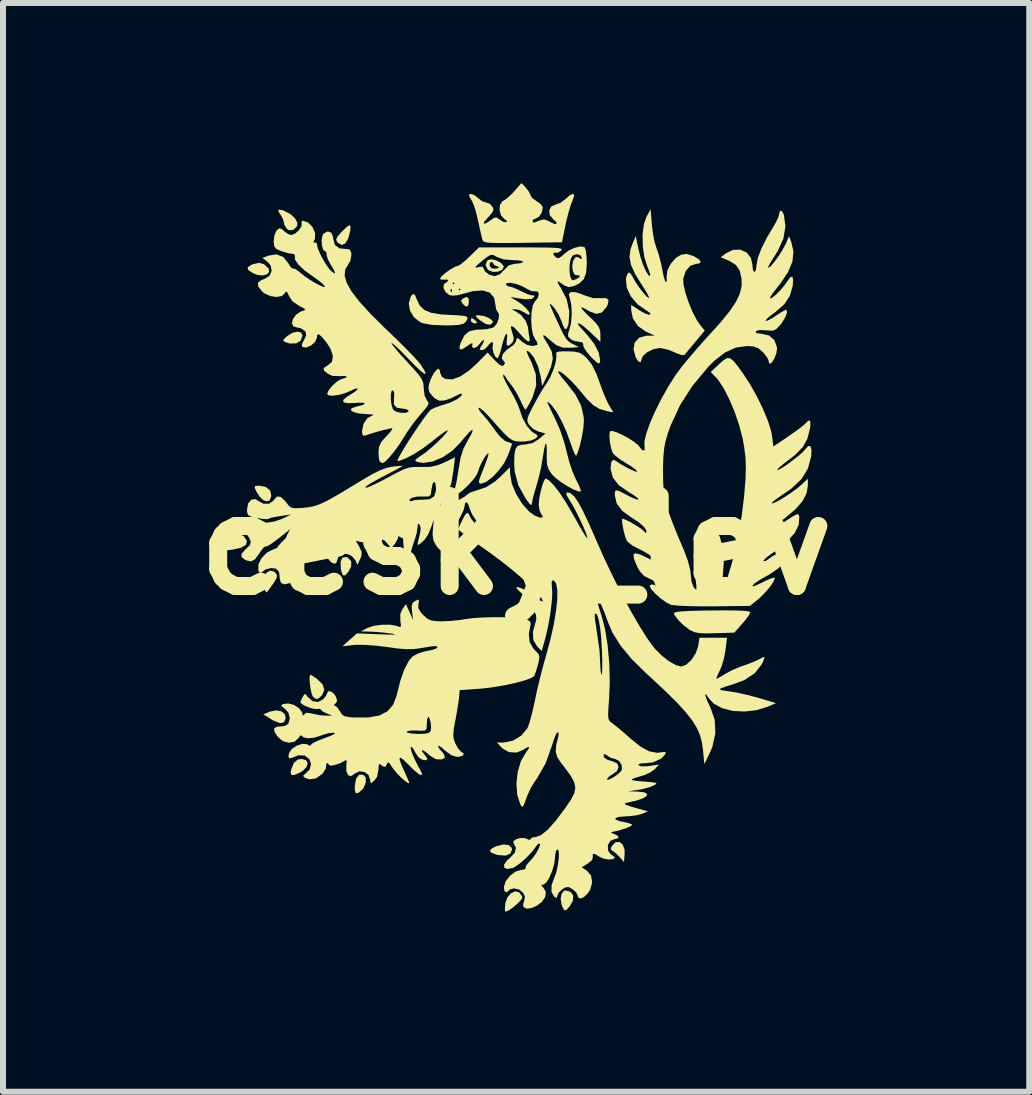
<source format=kicad_pcb>
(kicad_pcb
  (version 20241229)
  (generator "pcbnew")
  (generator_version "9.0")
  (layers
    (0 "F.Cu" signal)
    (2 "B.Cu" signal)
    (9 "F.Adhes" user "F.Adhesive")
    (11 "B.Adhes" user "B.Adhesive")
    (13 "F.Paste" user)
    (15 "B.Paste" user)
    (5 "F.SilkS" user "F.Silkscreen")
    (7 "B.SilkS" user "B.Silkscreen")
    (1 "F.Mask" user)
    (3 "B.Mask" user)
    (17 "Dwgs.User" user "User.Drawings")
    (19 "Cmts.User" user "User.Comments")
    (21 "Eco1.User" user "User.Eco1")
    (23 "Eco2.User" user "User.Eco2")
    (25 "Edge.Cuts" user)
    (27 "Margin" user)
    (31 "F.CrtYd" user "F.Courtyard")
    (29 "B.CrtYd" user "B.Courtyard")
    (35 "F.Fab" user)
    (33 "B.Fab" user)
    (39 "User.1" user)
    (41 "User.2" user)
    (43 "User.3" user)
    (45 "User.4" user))
  (footprint "cesky_lev"
    (layer "F.Cu")
    (at 5.55 6.036)
    (property "Reference" "cesky_lev" (at 0 0 0) (layer "F.SilkS") (effects (font (size 1.5 1.5) (thickness 0.3))))
    (attr board_only exclude_from_pos_files exclude_from_bom)
    (fp_poly (pts (xy -0.792 -4.112) (xy -0.787 -4.056) (xy -0.801 -3.986) (xy -0.84 -3.978) (xy -0.892 -4.025) (xy -0.919 -4.073) (xy -0.891 -4.108) (xy -0.888 -4.11) (xy -0.822 -4.139)) (stroke (width 0) (type solid)) (fill yes) (layer "F.SilkS"))
    (fp_poly (pts (xy -0.707 -3.77) (xy -0.702 -3.765) (xy -0.659 -3.724) (xy -0.65 -3.71) (xy -0.678 -3.698) (xy -0.702 -3.697) (xy -0.746 -3.725) (xy -0.753 -3.753) (xy -0.744 -3.789)) (stroke (width 0) (type solid)) (fill yes) (layer "F.SilkS"))
    (fp_poly (pts (xy -3.907 2.768) (xy -3.85 2.821) (xy -3.84 2.884) (xy -3.87 2.951) (xy -3.935 2.963) (xy -4.039 2.923) (xy -4.084 2.897) (xy -4.213 2.816) (xy -4.108 2.773) (xy -3.999 2.75)) (stroke (width 0) (type solid)) (fill yes) (layer "F.SilkS"))
    (fp_poly (pts (xy -4.539 -0.153) (xy -4.486 -0.074) (xy -4.499 -0.01) (xy -4.579 0.039) (xy -4.723 0.072) (xy -4.765 0.077) (xy -4.927 0.094) (xy -4.879 0.002) (xy -4.8 -0.108) (xy -4.707 -0.175) (xy -4.615 -0.19)) (stroke (width 0) (type solid)) (fill yes) (layer "F.SilkS"))
    (fp_poly (pts (xy -3.583 -3.546) (xy -3.56 -3.498) (xy -3.588 -3.412) (xy -3.662 -3.365) (xy -3.77 -3.362) (xy -3.844 -3.384) (xy -3.88 -3.405) (xy -3.871 -3.434) (xy -3.818 -3.484) (xy -3.731 -3.539) (xy -3.647 -3.56)) (stroke (width 0) (type solid)) (fill yes) (layer "F.SilkS"))
    (fp_poly (pts (xy -2.803 0.207) (xy -2.747 0.269) (xy -2.75 0.358) (xy -2.792 0.437) (xy -2.847 0.5) (xy -2.885 0.5) (xy -2.912 0.435) (xy -2.921 0.387) (xy -2.925 0.273) (xy -2.895 0.206) (xy -2.835 0.195)) (stroke (width 0) (type solid)) (fill yes) (layer "F.SilkS"))
    (fp_poly (pts (xy -2.545 3.824) (xy -2.506 3.87) (xy -2.504 3.948) (xy -2.535 4.032) (xy -2.567 4.074) (xy -2.636 4.13) (xy -2.675 4.129) (xy -2.689 4.065) (xy -2.687 4.001) (xy -2.665 3.884) (xy -2.615 3.823)) (stroke (width 0) (type solid)) (fill yes) (layer "F.SilkS"))
    (fp_poly (pts (xy -0.539 -3.821) (xy -0.456 -3.789) (xy -0.399 -3.749) (xy -0.387 -3.717) (xy -0.429 -3.675) (xy -0.504 -3.686) (xy -0.599 -3.747) (xy -0.662 -3.801) (xy -0.674 -3.826) (xy -0.641 -3.832) (xy -0.626 -3.833)) (stroke (width 0) (type solid)) (fill yes) (layer "F.SilkS"))
    (fp_poly (pts (xy -3.5 3.58) (xy -3.472 3.631) (xy -3.494 3.697) (xy -3.562 3.763) (xy -3.596 3.783) (xy -3.695 3.827) (xy -3.746 3.827) (xy -3.757 3.781) (xy -3.749 3.74) (xy -3.704 3.626) (xy -3.637 3.57) (xy -3.577 3.56)) (stroke (width 0) (type solid)) (fill yes) (layer "F.SilkS"))
    (fp_poly (pts (xy -0.127 4.994) (xy -0.075 5.037) (xy -0.068 5.069) (xy -0.097 5.138) (xy -0.175 5.171) (xy -0.293 5.162) (xy -0.317 5.157) (xy -0.412 5.123) (xy -0.438 5.088) (xy -0.397 5.047) (xy -0.331 5.015) (xy -0.217 4.985)) (stroke (width 0) (type solid)) (fill yes) (layer "F.SilkS"))
    (fp_poly (pts (xy 0.909 5.775) (xy 0.952 5.839) (xy 0.944 5.928) (xy 0.892 6.016) (xy 0.835 6.077) (xy 0.801 6.081) (xy 0.771 6.025) (xy 0.757 5.987) (xy 0.742 5.891) (xy 0.757 5.807) (xy 0.798 5.756) (xy 0.82 5.751)) (stroke (width 0) (type solid)) (fill yes) (layer "F.SilkS"))
    (fp_poly (pts (xy 1.776 4.987) (xy 1.807 5.074) (xy 1.808 5.148) (xy 1.797 5.278) (xy 1.724 5.193) (xy 1.659 5.129) (xy 1.605 5.092) (xy 1.604 5.092) (xy 1.575 5.063) (xy 1.594 5.013) (xy 1.657 4.948) (xy 1.721 4.943)) (stroke (width 0) (type solid)) (fill yes) (layer "F.SilkS"))
    (fp_poly (pts (xy -4.21 -4.686) (xy -4.186 -4.671) (xy -4.122 -4.609) (xy -4.116 -4.554) (xy -4.154 -4.514) (xy -4.226 -4.496) (xy -4.319 -4.507) (xy -4.39 -4.537) (xy -4.466 -4.59) (xy -4.474 -4.632) (xy -4.416 -4.671) (xy -4.376 -4.687) (xy -4.284 -4.707)) (stroke (width 0) (type solid)) (fill yes) (layer "F.SilkS"))
    (fp_poly (pts (xy -2.758 -5.313) (xy -2.763 -5.246) (xy -2.798 -5.11) (xy -2.848 -5.028) (xy -2.908 -5.004) (xy -2.973 -5.044) (xy -2.979 -5.051) (xy -2.999 -5.091) (xy -2.981 -5.138) (xy -2.92 -5.209) (xy -2.908 -5.222) (xy -2.824 -5.304) (xy -2.776 -5.334)) (stroke (width 0) (type solid)) (fill yes) (layer "F.SilkS"))
    (fp_poly (pts (xy -4.169 -0.971) (xy -4.097 -0.911) (xy -4.079 -0.825) (xy -4.079 -0.822) (xy -4.108 -0.746) (xy -4.165 -0.733) (xy -4.217 -0.755) (xy -4.272 -0.808) (xy -4.325 -0.89) (xy -4.325 -0.89) (xy -4.357 -0.96) (xy -4.349 -0.988) (xy -4.294 -0.993) (xy -4.283 -0.993)) (stroke (width 0) (type solid)) (fill yes) (layer "F.SilkS"))
    (fp_poly (pts (xy -4.035 0.438) (xy -4.012 0.457) (xy -3.985 0.495) (xy -3.988 0.538) (xy -4.026 0.606) (xy -4.055 0.649) (xy -4.112 0.729) (xy -4.151 0.779) (xy -4.16 0.787) (xy -4.178 0.761) (xy -4.19 0.733) (xy -4.211 0.625) (xy -4.198 0.529) (xy -4.159 0.456) (xy -4.102 0.422)) (stroke (width 0) (type solid)) (fill yes) (layer "F.SilkS"))
    (fp_poly (pts (xy -3.892 -5.583) (xy -3.872 -5.576) (xy -3.766 -5.522) (xy -3.685 -5.449) (xy -3.644 -5.373) (xy -3.651 -5.313) (xy -3.717 -5.253) (xy -3.791 -5.253) (xy -3.826 -5.278) (xy -3.864 -5.345) (xy -3.868 -5.375) (xy -3.888 -5.444) (xy -3.918 -5.496) (xy -3.963 -5.566) (xy -3.955 -5.594)) (stroke (width 0) (type solid)) (fill yes) (layer "F.SilkS"))
    (fp_poly (pts (xy 0.052 5.785) (xy 0.095 5.841) (xy 0.103 5.869) (xy 0.08 5.911) (xy 0.023 5.97) (xy -0.049 6.032) (xy -0.12 6.082) (xy -0.17 6.105) (xy -0.182 6.102) (xy -0.188 6.053) (xy -0.181 5.97) (xy -0.18 5.963) (xy -0.145 5.865) (xy -0.082 5.795) (xy -0.01 5.765)) (stroke (width 0) (type solid)) (fill yes) (layer "F.SilkS"))
    (fp_poly (pts (xy -3.396 2.174) (xy -3.33 2.218) (xy -3.319 2.226) (xy -3.225 2.317) (xy -3.196 2.409) (xy -3.233 2.496) (xy -3.237 2.501) (xy -3.299 2.557) (xy -3.346 2.557) (xy -3.389 2.517) (xy -3.409 2.466) (xy -3.427 2.382) (xy -3.439 2.287) (xy -3.442 2.205) (xy -3.435 2.16) (xy -3.43 2.157)) (stroke (width 0) (type solid)) (fill yes) (layer "F.SilkS"))
    (fp_poly (pts (xy 3.692 1.087) (xy 3.816 1.093) (xy 3.884 1.104) (xy 3.902 1.117) (xy 3.881 1.161) (xy 3.826 1.237) (xy 3.769 1.305) (xy 3.636 1.455) (xy 3.316 1.465) (xy 3.155 1.468) (xy 3.044 1.462) (xy 2.967 1.446) (xy 2.905 1.417) (xy 2.893 1.41) (xy 2.789 1.332) (xy 2.699 1.243) (xy 2.64 1.163) (xy 2.63 1.137) (xy 2.64 1.121) (xy 2.686 1.109) (xy 2.774 1.1) (xy 2.912 1.093) (xy 3.106 1.088) (xy 3.261 1.086) (xy 3.508 1.084)) (stroke (width 0) (type solid)) (fill yes) (layer "F.SilkS"))
    (fp_poly (pts (xy -1.682 -4.164) (xy -1.659 -4.105) (xy -1.608 -3.998) (xy -1.532 -3.923) (xy -1.42 -3.875) (xy -1.259 -3.848) (xy -1.112 -3.839) (xy -0.962 -3.832) (xy -0.87 -3.823) (xy -0.822 -3.81) (xy -0.809 -3.789) (xy -0.813 -3.771) (xy -0.839 -3.722) (xy -0.882 -3.69) (xy -0.955 -3.673) (xy -1.073 -3.665) (xy -1.198 -3.664) (xy -1.406 -3.673) (xy -1.553 -3.7) (xy -1.596 -3.717) (xy -1.702 -3.799) (xy -1.769 -3.91) (xy -1.789 -4.03) (xy -1.757 -4.141) (xy -1.739 -4.168) (xy -1.708 -4.191)) (stroke (width 0) (type solid)) (fill yes) (layer "F.SilkS"))
    (fp_poly (pts (xy -0.326 -4.745) (xy -0.25 -4.703) (xy -0.208 -4.652) (xy -0.205 -4.64) (xy -0.234 -4.589) (xy -0.304 -4.559) (xy -0.388 -4.556) (xy -0.461 -4.584) (xy -0.472 -4.594) (xy -0.511 -4.668) (xy -0.498 -4.7) (xy -0.441 -4.7) (xy -0.439 -4.652) (xy -0.407 -4.614) (xy -0.402 -4.612) (xy -0.334 -4.61) (xy -0.308 -4.617) (xy -0.278 -4.635) (xy -0.313 -4.648) (xy -0.317 -4.648) (xy -0.368 -4.674) (xy -0.377 -4.692) (xy -0.403 -4.723) (xy -0.411 -4.724) (xy -0.441 -4.7) (xy -0.498 -4.7) (xy -0.483 -4.739) (xy -0.467 -4.754) (xy -0.407 -4.766)) (stroke (width 0) (type solid)) (fill yes) (layer "F.SilkS"))
    (fp_poly (pts (xy 0.996 -4.216) (xy 1.092 -4.185) (xy 1.12 -4.171) (xy 1.278 -4.119) (xy 1.395 -4.118) (xy 1.497 -4.119) (xy 1.54 -4.088) (xy 1.53 -4.02) (xy 1.505 -3.969) (xy 1.43 -3.88) (xy 1.336 -3.856) (xy 1.223 -3.898) (xy 1.218 -3.9) (xy 1.124 -3.954) (xy 1.083 -3.966) (xy 1.096 -3.937) (xy 1.162 -3.866) (xy 1.225 -3.806) (xy 1.322 -3.712) (xy 1.376 -3.64) (xy 1.4 -3.574) (xy 1.404 -3.516) (xy 1.404 -3.39) (xy 1.243 -3.544) (xy 1.134 -3.641) (xy 1.062 -3.693) (xy 1.029 -3.695) (xy 1.027 -3.687) (xy 1.048 -3.658) (xy 1.105 -3.594) (xy 1.179 -3.512) (xy 1.299 -3.361) (xy 1.375 -3.215) (xy 1.4 -3.087) (xy 1.397 -3.055) (xy 1.383 -3.029) (xy 1.348 -3.043) (xy 1.283 -3.103) (xy 1.243 -3.143) (xy 1.168 -3.233) (xy 1.124 -3.306) (xy 1.119 -3.341) (xy 1.11 -3.379) (xy 1.054 -3.389) (xy 0.961 -3.408) (xy 0.908 -3.436) (xy 0.866 -3.478) (xy 0.867 -3.532) (xy 0.884 -3.581) (xy 0.915 -3.702) (xy 0.927 -3.854) (xy 0.92 -4.003) (xy 0.896 -4.113) (xy 0.877 -4.18) (xy 0.899 -4.212) (xy 0.926 -4.221)) (stroke (width 0) (type solid)) (fill yes) (layer "F.SilkS"))
    (fp_poly (pts (xy 0.165 -5.955) (xy 0.217 -5.886) (xy 0.24 -5.832) (xy 0.24 -5.831) (xy 0.267 -5.787) (xy 0.335 -5.738) (xy 0.342 -5.734) (xy 0.412 -5.683) (xy 0.445 -5.632) (xy 0.445 -5.628) (xy 0.426 -5.543) (xy 0.379 -5.472) (xy 0.324 -5.443) (xy 0.279 -5.424) (xy 0.274 -5.409) (xy 0.281 -5.38) (xy 0.314 -5.381) (xy 0.388 -5.412) (xy 0.464 -5.431) (xy 0.539 -5.405) (xy 0.562 -5.39) (xy 0.635 -5.355) (xy 0.675 -5.356) (xy 0.669 -5.387) (xy 0.621 -5.43) (xy 0.561 -5.501) (xy 0.551 -5.58) (xy 0.586 -5.646) (xy 0.655 -5.676) (xy 0.742 -5.708) (xy 0.823 -5.77) (xy 0.901 -5.838) (xy 0.951 -5.856) (xy 0.968 -5.827) (xy 0.941 -5.75) (xy 0.941 -5.749) (xy 0.909 -5.668) (xy 0.872 -5.542) (xy 0.835 -5.395) (xy 0.825 -5.347) (xy 0.764 -5.049) (xy 0.11 -5.04) (xy -0.117 -5.037) (xy -0.286 -5.037) (xy -0.404 -5.039) (xy -0.482 -5.045) (xy -0.528 -5.056) (xy -0.551 -5.072) (xy -0.561 -5.091) (xy -0.577 -5.153) (xy -0.602 -5.26) (xy -0.63 -5.391) (xy -0.634 -5.408) (xy -0.666 -5.543) (xy -0.702 -5.661) (xy -0.735 -5.736) (xy -0.737 -5.74) (xy -0.775 -5.804) (xy -0.787 -5.835) (xy -0.764 -5.856) (xy -0.71 -5.842) (xy -0.649 -5.801) (xy -0.633 -5.785) (xy -0.567 -5.733) (xy -0.515 -5.717) (xy -0.438 -5.69) (xy -0.385 -5.628) (xy -0.377 -5.591) (xy -0.4 -5.541) (xy -0.457 -5.474) (xy -0.469 -5.463) (xy -0.531 -5.393) (xy -0.539 -5.359) (xy -0.498 -5.367) (xy -0.431 -5.412) (xy -0.366 -5.458) (xy -0.324 -5.463) (xy -0.276 -5.428) (xy -0.274 -5.426) (xy -0.209 -5.387) (xy -0.165 -5.382) (xy -0.152 -5.405) (xy -0.197 -5.438) (xy -0.251 -5.497) (xy -0.276 -5.583) (xy -0.27 -5.669) (xy -0.232 -5.73) (xy -0.214 -5.74) (xy -0.158 -5.777) (xy -0.08 -5.847) (xy -0.032 -5.898) (xy 0.09 -6.036)) (stroke (width 0) (type solid)) (fill yes) (layer "F.SilkS"))
    (fp_poly (pts (xy 2.262 -5.34) (xy 2.28 -5.193) (xy 2.307 -5.053) (xy 2.339 -4.952) (xy 2.376 -4.845) (xy 2.412 -4.706) (xy 2.434 -4.601) (xy 2.456 -4.489) (xy 2.479 -4.41) (xy 2.497 -4.382) (xy 2.51 -4.411) (xy 2.508 -4.476) (xy 2.521 -4.581) (xy 2.579 -4.695) (xy 2.665 -4.791) (xy 2.748 -4.841) (xy 2.841 -4.855) (xy 2.947 -4.823) (xy 2.961 -4.817) (xy 3.047 -4.764) (xy 3.078 -4.721) (xy 3.049 -4.695) (xy 3.001 -4.69) (xy 2.903 -4.658) (xy 2.827 -4.571) (xy 2.785 -4.445) (xy 2.789 -4.346) (xy 2.821 -4.208) (xy 2.873 -4.051) (xy 2.937 -3.894) (xy 3.008 -3.757) (xy 3.06 -3.68) (xy 3.143 -3.577) (xy 2.986 -3.389) (xy 2.905 -3.292) (xy 2.84 -3.215) (xy 2.806 -3.173) (xy 2.805 -3.172) (xy 2.763 -3.169) (xy 2.685 -3.195) (xy 2.641 -3.215) (xy 2.527 -3.26) (xy 2.413 -3.285) (xy 2.385 -3.286) (xy 2.283 -3.267) (xy 2.185 -3.218) (xy 2.113 -3.155) (xy 2.088 -3.095) (xy 2.074 -3.05) (xy 2.039 -3.061) (xy 1.997 -3.121) (xy 1.991 -3.134) (xy 1.956 -3.269) (xy 1.977 -3.381) (xy 2.05 -3.459) (xy 2.167 -3.492) (xy 2.184 -3.492) (xy 2.311 -3.493) (xy 2.167 -3.558) (xy 2.032 -3.651) (xy 1.945 -3.78) (xy 1.917 -3.918) (xy 1.917 -4.006) (xy 2.052 -3.917) (xy 2.141 -3.866) (xy 2.212 -3.842) (xy 2.232 -3.842) (xy 2.238 -3.865) (xy 2.187 -3.903) (xy 2.173 -3.911) (xy 2.024 -4.015) (xy 1.911 -4.148) (xy 1.843 -4.293) (xy 1.829 -4.437) (xy 1.836 -4.474) (xy 1.864 -4.54) (xy 1.899 -4.54) (xy 1.943 -4.472) (xy 1.948 -4.461) (xy 1.991 -4.384) (xy 2.051 -4.295) (xy 2.117 -4.21) (xy 2.174 -4.146) (xy 2.21 -4.119) (xy 2.215 -4.121) (xy 2.205 -4.155) (xy 2.165 -4.229) (xy 2.102 -4.328) (xy 2.097 -4.336) (xy 1.982 -4.521) (xy 1.914 -4.672) (xy 1.889 -4.804) (xy 1.905 -4.93) (xy 1.939 -5.025) (xy 1.994 -5.152) (xy 2.036 -4.946) (xy 2.07 -4.81) (xy 2.114 -4.679) (xy 2.161 -4.571) (xy 2.204 -4.502) (xy 2.23 -4.484) (xy 2.233 -4.512) (xy 2.211 -4.584) (xy 2.185 -4.647) (xy 2.136 -4.805) (xy 2.11 -4.99) (xy 2.107 -5.179) (xy 2.129 -5.349) (xy 2.173 -5.477) (xy 2.241 -5.597)) (stroke (width 0) (type solid)) (fill yes) (layer "F.SilkS"))
    (fp_poly (pts (xy 0.857 -3.232) (xy 0.98 -3.226) (xy 1.062 -3.206) (xy 1.13 -3.162) (xy 1.177 -3.119) (xy 1.262 -3.011) (xy 1.339 -2.854) (xy 1.385 -2.728) (xy 1.438 -2.582) (xy 1.493 -2.447) (xy 1.541 -2.347) (xy 1.55 -2.331) (xy 1.621 -2.214) (xy 1.506 -2.237) (xy 1.389 -2.272) (xy 1.286 -2.335) (xy 1.18 -2.436) (xy 1.092 -2.542) (xy 0.997 -2.655) (xy 0.898 -2.757) (xy 0.808 -2.84) (xy 0.738 -2.891) (xy 0.699 -2.901) (xy 0.698 -2.9) (xy 0.71 -2.868) (xy 0.759 -2.8) (xy 0.834 -2.71) (xy 0.841 -2.702) (xy 0.992 -2.506) (xy 1.085 -2.322) (xy 1.126 -2.135) (xy 1.129 -2.069) (xy 1.12 -1.95) (xy 1.096 -1.807) (xy 1.063 -1.663) (xy 1.026 -1.545) (xy 1.002 -1.493) (xy 0.984 -1.508) (xy 0.953 -1.575) (xy 0.915 -1.681) (xy 0.908 -1.701) (xy 0.839 -1.891) (xy 0.757 -2.072) (xy 0.672 -2.224) (xy 0.593 -2.332) (xy 0.572 -2.353) (xy 0.539 -2.381) (xy 0.522 -2.391) (xy 0.524 -2.373) (xy 0.548 -2.319) (xy 0.596 -2.219) (xy 0.661 -2.085) (xy 0.733 -1.919) (xy 0.798 -1.729) (xy 0.843 -1.557) (xy 0.843 -1.555) (xy 0.884 -1.394) (xy 0.938 -1.231) (xy 0.995 -1.101) (xy 0.996 -1.098) (xy 1.046 -0.999) (xy 1.075 -0.925) (xy 1.079 -0.897) (xy 1.037 -0.898) (xy 0.956 -0.93) (xy 0.855 -0.985) (xy 0.75 -1.052) (xy 0.658 -1.122) (xy 0.595 -1.183) (xy 0.594 -1.185) (xy 0.542 -1.264) (xy 0.516 -1.344) (xy 0.509 -1.451) (xy 0.51 -1.514) (xy 0.51 -1.637) (xy 0.502 -1.694) (xy 0.488 -1.685) (xy 0.469 -1.613) (xy 0.446 -1.478) (xy 0.442 -1.45) (xy 0.414 -1.288) (xy 0.374 -1.117) (xy 0.344 -1.01) (xy 0.307 -0.887) (xy 0.278 -0.778) (xy 0.267 -0.721) (xy 0.258 -0.677) (xy 0.24 -0.674) (xy 0.202 -0.719) (xy 0.159 -0.779) (xy 0.037 -1.001) (xy -0.024 -1.226) (xy -0.032 -1.352) (xy -0.029 -1.505) (xy -0.012 -1.601) (xy 0.024 -1.654) (xy 0.086 -1.675) (xy 0.138 -1.677) (xy 0.274 -1.703) (xy 0.379 -1.77) (xy 0.489 -1.863) (xy 0.382 -1.891) (xy 0.287 -1.937) (xy 0.219 -2.004) (xy 0.193 -2.049) (xy 0.186 -2.093) (xy 0.202 -2.152) (xy 0.244 -2.242) (xy 0.293 -2.337) (xy 0.366 -2.47) (xy 0.439 -2.595) (xy 0.499 -2.686) (xy 0.505 -2.694) (xy 0.566 -2.796) (xy 0.619 -2.92) (xy 0.657 -3.044) (xy 0.672 -3.145) (xy 0.668 -3.181) (xy 0.669 -3.211) (xy 0.705 -3.227) (xy 0.79 -3.232)) (stroke (width 0) (type solid)) (fill yes) (layer "F.SilkS"))
    (fp_poly (pts (xy -3.466 -5.379) (xy -3.393 -5.304) (xy -3.35 -5.206) (xy -3.352 -5.109) (xy -3.363 -5.085) (xy -3.381 -5.042) (xy -3.359 -5.047) (xy -3.326 -5.042) (xy -3.32 -5.016) (xy -3.302 -4.941) (xy -3.256 -4.835) (xy -3.193 -4.721) (xy -3.128 -4.622) (xy -3.085 -4.573) (xy -3.03 -4.531) (xy -3.017 -4.541) (xy -3.046 -4.605) (xy -3.093 -4.682) (xy -3.139 -4.769) (xy -3.159 -4.837) (xy -3.158 -4.852) (xy -3.165 -4.891) (xy -3.179 -4.895) (xy -3.215 -4.925) (xy -3.236 -4.996) (xy -3.241 -5.083) (xy -3.227 -5.161) (xy -3.208 -5.194) (xy -3.138 -5.231) (xy -3.08 -5.209) (xy -3.049 -5.135) (xy -3.047 -5.103) (xy -3.019 -5.004) (xy -2.941 -4.947) (xy -2.835 -4.938) (xy -2.775 -4.931) (xy -2.749 -4.88) (xy -2.745 -4.849) (xy -2.76 -4.742) (xy -2.794 -4.685) (xy -2.847 -4.597) (xy -2.858 -4.495) (xy -2.823 -4.373) (xy -2.742 -4.229) (xy -2.611 -4.059) (xy -2.428 -3.859) (xy -2.192 -3.624) (xy -2.135 -3.57) (xy -1.982 -3.423) (xy -1.841 -3.283) (xy -1.722 -3.16) (xy -1.634 -3.065) (xy -1.593 -3.015) (xy -1.528 -2.913) (xy -1.506 -2.86) (xy -1.526 -2.857) (xy -1.586 -2.901) (xy -1.684 -2.993) (xy -1.785 -3.097) (xy -1.894 -3.21) (xy -1.986 -3.3) (xy -2.052 -3.358) (xy -2.08 -3.374) (xy -2.065 -3.344) (xy -2.01 -3.275) (xy -1.926 -3.177) (xy -1.819 -3.061) (xy -1.819 -3.06) (xy -1.7 -2.931) (xy -1.62 -2.838) (xy -1.573 -2.769) (xy -1.549 -2.71) (xy -1.541 -2.649) (xy -1.54 -2.616) (xy -1.526 -2.499) (xy -1.489 -2.419) (xy -1.486 -2.415) (xy -1.462 -2.382) (xy -1.464 -2.345) (xy -1.501 -2.289) (xy -1.577 -2.2) (xy -1.59 -2.185) (xy -1.697 -2.055) (xy -1.805 -1.903) (xy -1.87 -1.8) (xy -1.948 -1.678) (xy -2.034 -1.56) (xy -2.117 -1.46) (xy -2.185 -1.392) (xy -2.226 -1.369) (xy -2.268 -1.39) (xy -2.271 -1.392) (xy -2.285 -1.438) (xy -2.293 -1.524) (xy -2.294 -1.55) (xy -2.284 -1.643) (xy -2.246 -1.722) (xy -2.166 -1.813) (xy -2.161 -1.818) (xy -2.095 -1.89) (xy -2.063 -1.938) (xy -2.066 -1.951) (xy -2.123 -1.941) (xy -2.221 -1.918) (xy -2.334 -1.887) (xy -2.439 -1.855) (xy -2.507 -1.832) (xy -2.55 -1.826) (xy -2.566 -1.869) (xy -2.567 -1.906) (xy -2.542 -2.026) (xy -2.476 -2.121) (xy -2.387 -2.167) (xy -2.376 -2.175) (xy -2.423 -2.182) (xy -2.503 -2.186) (xy -2.628 -2.198) (xy -2.714 -2.222) (xy -2.754 -2.252) (xy -2.74 -2.284) (xy -2.667 -2.31) (xy -2.655 -2.313) (xy -2.554 -2.338) (xy -2.519 -2.361) (xy -2.548 -2.375) (xy -2.637 -2.376) (xy -2.682 -2.372) (xy -2.811 -2.367) (xy -2.877 -2.384) (xy -2.881 -2.421) (xy -2.868 -2.432) (xy -2.088 -2.432) (xy -2.077 -2.345) (xy -2.055 -2.274) (xy -2.039 -2.249) (xy -1.985 -2.221) (xy -1.909 -2.206) (xy -1.838 -2.208) (xy -1.795 -2.225) (xy -1.792 -2.242) (xy -1.831 -2.269) (xy -1.886 -2.276) (xy -1.988 -2.292) (xy -2.036 -2.345) (xy -2.036 -2.442) (xy -2.035 -2.446) (xy -2.03 -2.536) (xy -2.051 -2.583) (xy -2.075 -2.572) (xy -2.087 -2.515) (xy -2.088 -2.432) (xy -2.868 -2.432) (xy -2.819 -2.475) (xy -2.773 -2.503) (xy -2.687 -2.558) (xy -2.643 -2.599) (xy -2.645 -2.617) (xy -2.695 -2.604) (xy -2.747 -2.579) (xy -2.856 -2.533) (xy -2.969 -2.503) (xy -3.067 -2.492) (xy -3.132 -2.501) (xy -3.149 -2.524) (xy -3.124 -2.583) (xy -3.063 -2.658) (xy -2.987 -2.727) (xy -2.918 -2.768) (xy -2.897 -2.773) (xy -2.839 -2.791) (xy -2.825 -2.805) (xy -2.84 -2.822) (xy -2.908 -2.82) (xy -2.925 -2.818) (xy -3.062 -2.823) (xy -3.132 -2.855) (xy -3.201 -2.91) (xy -3.208 -2.952) (xy -3.153 -2.99) (xy -3.141 -2.996) (xy -3.069 -3.058) (xy -3.053 -3.153) (xy -3.092 -3.273) (xy -3.155 -3.373) (xy -3.237 -3.473) (xy -3.288 -3.517) (xy -3.314 -3.508) (xy -3.32 -3.458) (xy -3.349 -3.39) (xy -3.416 -3.33) (xy -3.495 -3.296) (xy -3.542 -3.298) (xy -3.572 -3.32) (xy -3.565 -3.361) (xy -3.535 -3.418) (xy -3.499 -3.494) (xy -3.503 -3.545) (xy -3.523 -3.574) (xy -3.592 -3.618) (xy -3.65 -3.629) (xy -3.715 -3.65) (xy -3.736 -3.702) (xy -3.719 -3.77) (xy -3.67 -3.839) (xy -3.595 -3.892) (xy -3.543 -3.91) (xy -3.511 -3.924) (xy -3.531 -3.946) (xy -3.604 -3.981) (xy -3.727 -4.065) (xy -3.781 -4.149) (xy -3.815 -4.218) (xy -3.837 -4.229) (xy -3.852 -4.202) (xy -3.903 -4.154) (xy -3.992 -4.138) (xy -4.096 -4.153) (xy -4.193 -4.197) (xy -4.229 -4.226) (xy -4.297 -4.312) (xy -4.303 -4.374) (xy -4.245 -4.419) (xy -4.202 -4.434) (xy -4.111 -4.489) (xy -4.073 -4.572) (xy -4.09 -4.663) (xy -4.147 -4.728) (xy -4.227 -4.788) (xy -4.125 -4.827) (xy -3.993 -4.848) (xy -3.88 -4.804) (xy -3.796 -4.699) (xy -3.796 -4.699) (xy -3.755 -4.633) (xy -3.723 -4.609) (xy -3.719 -4.611) (xy -3.682 -4.605) (xy -3.619 -4.562) (xy -3.603 -4.547) (xy -3.523 -4.484) (xy -3.427 -4.418) (xy -3.33 -4.361) (xy -3.247 -4.319) (xy -3.194 -4.303) (xy -3.184 -4.31) (xy -3.21 -4.345) (xy -3.279 -4.403) (xy -3.364 -4.464) (xy -3.526 -4.581) (xy -3.634 -4.683) (xy -3.686 -4.764) (xy -3.686 -4.806) (xy -3.692 -4.849) (xy -3.725 -4.856) (xy -3.794 -4.867) (xy -3.89 -4.894) (xy -3.911 -4.901) (xy -3.995 -4.937) (xy -4.031 -4.982) (xy -4.039 -5.063) (xy -4.039 -5.072) (xy -4.026 -5.171) (xy -3.992 -5.245) (xy -3.987 -5.251) (xy -3.943 -5.283) (xy -3.902 -5.268) (xy -3.867 -5.236) (xy -3.799 -5.186) (xy -3.748 -5.169) (xy -3.683 -5.193) (xy -3.619 -5.25) (xy -3.577 -5.316) (xy -3.574 -5.36) (xy -3.572 -5.402) (xy -3.557 -5.409)) (stroke (width 0) (type solid)) (fill yes) (layer "F.SilkS"))
    (fp_poly (pts (xy -1.619 0.928) (xy -1.628 0.973) (xy -1.63 1.045) (xy -1.59 1.116) (xy -1.547 1.163) (xy -1.479 1.223) (xy -1.411 1.254) (xy -1.318 1.265) (xy -1.24 1.267) (xy -1.086 1.26) (xy -0.924 1.243) (xy -0.852 1.231) (xy -0.726 1.214) (xy -0.562 1.203) (xy -0.378 1.198) (xy -0.193 1.199) (xy -0.027 1.205) (xy 0.102 1.218) (xy 0.154 1.228) (xy 0.227 1.263) (xy 0.244 1.305) (xy 0.211 1.478) (xy 0.226 1.614) (xy 0.29 1.724) (xy 0.323 1.758) (xy 0.372 1.81) (xy 0.388 1.861) (xy 0.376 1.939) (xy 0.364 1.986) (xy 0.335 2.087) (xy 0.308 2.162) (xy 0.3 2.178) (xy 0.248 2.213) (xy 0.143 2.251) (xy -0.002 2.291) (xy -0.172 2.328) (xy -0.353 2.36) (xy -0.531 2.383) (xy -0.609 2.39) (xy -0.941 2.413) (xy -0.951 2.533) (xy -0.963 2.626) (xy -0.984 2.759) (xy -1.01 2.904) (xy -1.013 2.915) (xy -1.038 3.054) (xy -1.047 3.149) (xy -1.041 3.22) (xy -1.018 3.289) (xy -1.013 3.301) (xy -0.967 3.386) (xy -0.918 3.439) (xy -0.909 3.444) (xy -0.871 3.475) (xy -0.89 3.506) (xy -0.954 3.524) (xy -0.985 3.526) (xy -1.078 3.498) (xy -1.182 3.422) (xy -1.188 3.416) (xy -1.254 3.36) (xy -1.294 3.339) (xy -1.301 3.346) (xy -1.276 3.399) (xy -1.267 3.406) (xy -1.223 3.452) (xy -1.199 3.49) (xy -1.186 3.538) (xy -1.224 3.563) (xy -1.254 3.569) (xy -1.336 3.564) (xy -1.428 3.51) (xy -1.458 3.484) (xy -1.534 3.425) (xy -1.572 3.41) (xy -1.565 3.438) (xy -1.518 3.498) (xy -1.478 3.557) (xy -1.496 3.582) (xy -1.565 3.573) (xy -1.629 3.529) (xy -1.679 3.454) (xy -1.716 3.385) (xy -1.75 3.355) (xy -1.75 3.355) (xy -1.758 3.382) (xy -1.738 3.454) (xy -1.696 3.554) (xy -1.639 3.669) (xy -1.608 3.723) (xy -1.57 3.801) (xy -1.575 3.831) (xy -1.619 3.814) (xy -1.697 3.751) (xy -1.786 3.663) (xy -1.878 3.573) (xy -1.93 3.537) (xy -1.945 3.556) (xy -1.922 3.631) (xy -1.865 3.76) (xy -1.82 3.861) (xy -1.789 3.934) (xy -1.78 3.96) (xy -1.8 3.963) (xy -1.851 3.928) (xy -1.919 3.868) (xy -1.989 3.796) (xy -2.047 3.724) (xy -2.06 3.705) (xy -2.111 3.631) (xy -2.139 3.614) (xy -2.15 3.637) (xy -2.176 3.691) (xy -2.224 3.681) (xy -2.252 3.656) (xy -2.28 3.643) (xy -2.292 3.683) (xy -2.294 3.736) (xy -2.318 3.859) (xy -2.362 3.92) (xy -2.412 3.961) (xy -2.429 3.954) (xy -2.43 3.915) (xy -2.458 3.829) (xy -2.527 3.777) (xy -2.613 3.766) (xy -2.693 3.805) (xy -2.705 3.817) (xy -2.758 3.85) (xy -2.803 3.827) (xy -2.83 3.76) (xy -2.829 3.67) (xy -2.822 3.596) (xy -2.837 3.578) (xy -2.851 3.587) (xy -2.916 3.624) (xy -2.997 3.654) (xy -3.07 3.671) (xy -3.112 3.667) (xy -3.115 3.661) (xy -3.141 3.629) (xy -3.148 3.629) (xy -3.168 3.653) (xy -3.164 3.674) (xy -3.174 3.726) (xy -3.221 3.798) (xy -3.232 3.811) (xy -3.335 3.884) (xy -3.446 3.899) (xy -3.521 3.872) (xy -3.55 3.842) (xy -3.518 3.812) (xy -3.44 3.737) (xy -3.417 3.644) (xy -3.444 3.565) (xy -3.524 3.502) (xy -3.63 3.5) (xy -3.702 3.529) (xy -3.771 3.552) (xy -3.795 3.523) (xy -3.782 3.457) (xy -3.735 3.39) (xy -3.652 3.337) (xy -3.561 3.308) (xy -3.485 3.314) (xy -3.472 3.323) (xy -3.431 3.343) (xy -3.423 3.327) (xy -3.393 3.3) (xy -3.314 3.26) (xy -3.203 3.217) (xy -3.192 3.213) (xy -3.073 3.168) (xy -3.02 3.138) (xy -3.033 3.123) (xy -3.035 3.123) (xy -3.113 3.128) (xy -3.215 3.156) (xy -3.236 3.165) (xy -3.359 3.204) (xy -3.468 3.216) (xy -3.544 3.201) (xy -3.569 3.175) (xy -3.592 3.166) (xy -3.624 3.209) (xy -3.692 3.273) (xy -3.787 3.29) (xy -3.888 3.262) (xy -3.968 3.196) (xy -4.026 3.107) (xy -1.826 3.107) (xy -1.806 3.124) (xy -1.733 3.137) (xy -1.645 3.143) (xy -1.521 3.141) (xy -1.452 3.125) (xy -1.425 3.097) (xy -1.417 3.039) (xy -1.423 2.964) (xy -1.438 2.896) (xy -1.457 2.859) (xy -1.468 2.86) (xy -1.483 2.906) (xy -1.489 2.988) (xy -1.489 2.99) (xy -1.492 3.055) (xy -1.514 3.085) (xy -1.573 3.091) (xy -1.648 3.087) (xy -1.746 3.086) (xy -1.813 3.098) (xy -1.826 3.107) (xy -4.026 3.107) (xy -4.028 3.103) (xy -4.031 3.046) (xy -3.976 3.021) (xy -3.933 3.02) (xy -3.849 3.008) (xy -3.796 2.975) (xy -3.771 2.884) (xy -3.794 2.789) (xy -3.856 2.721) (xy -3.859 2.719) (xy -3.912 2.68) (xy -3.899 2.651) (xy -3.826 2.637) (xy -3.794 2.636) (xy -3.703 2.659) (xy -3.619 2.714) (xy -3.566 2.784) (xy -3.56 2.816) (xy -3.552 2.841) (xy -3.532 2.816) (xy -3.492 2.791) (xy -3.413 2.801) (xy -3.387 2.807) (xy -3.274 2.831) (xy -3.167 2.839) (xy -3.064 2.836) (xy -3.158 2.801) (xy -3.225 2.768) (xy -3.252 2.739) (xy -3.279 2.723) (xy -3.316 2.728) (xy -3.377 2.724) (xy -3.461 2.699) (xy -3.54 2.664) (xy -3.589 2.628) (xy -3.594 2.616) (xy -3.58 2.574) (xy -3.557 2.528) (xy -3.527 2.479) (xy -3.501 2.488) (xy -3.473 2.526) (xy -3.391 2.598) (xy -3.298 2.611) (xy -3.215 2.565) (xy -3.166 2.504) (xy -3.149 2.465) (xy -3.129 2.43) (xy -3.083 2.437) (xy -3.031 2.478) (xy -3.005 2.518) (xy -2.982 2.589) (xy -3.001 2.628) (xy -3.014 2.638) (xy -3.04 2.664) (xy -3.023 2.67) (xy -2.981 2.698) (xy -2.937 2.764) (xy -2.902 2.82) (xy -2.853 2.85) (xy -2.767 2.865) (xy -2.704 2.869) (xy -2.464 2.869) (xy -2.279 2.836) (xy -2.143 2.766) (xy -2.049 2.656) (xy -1.99 2.501) (xy -1.984 2.472) (xy -1.928 2.252) (xy -1.862 2.067) (xy -1.789 1.927) (xy -1.724 1.851) (xy -1.635 1.803) (xy -1.519 1.767) (xy -1.486 1.761) (xy -1.39 1.741) (xy -1.327 1.717) (xy -1.315 1.708) (xy -1.314 1.686) (xy -1.351 1.679) (xy -1.436 1.688) (xy -1.579 1.712) (xy -1.587 1.714) (xy -1.704 1.729) (xy -1.83 1.731) (xy -1.985 1.718) (xy -2.149 1.695) (xy -2.342 1.672) (xy -2.522 1.659) (xy -2.667 1.658) (xy -2.704 1.661) (xy -2.893 1.682) (xy -2.773 1.575) (xy -2.653 1.468) (xy -2.276 1.483) (xy -2.123 1.488) (xy -2.036 1.488) (xy -2.016 1.483) (xy -2.061 1.473) (xy -2.071 1.471) (xy -2.217 1.453) (xy -2.372 1.441) (xy -2.413 1.439) (xy -2.585 1.435) (xy -2.482 1.379) (xy -2.376 1.343) (xy -2.239 1.324) (xy -2.1 1.323) (xy -1.989 1.343) (xy -1.972 1.35) (xy -1.93 1.363) (xy -1.918 1.338) (xy -1.929 1.263) (xy -1.93 1.142) (xy -1.894 1.063) (xy -1.836 0.98) (xy -1.775 1.115) (xy -1.715 1.249) (xy -1.734 1.107) (xy -1.741 1.012) (xy -1.724 0.959) (xy -1.68 0.926) (xy -1.628 0.904)) (stroke (width 0) (type solid)) (fill yes) (layer "F.SilkS"))
    (fp_poly (pts (xy 4.427 -5.57) (xy 4.459 -5.515) (xy 4.463 -5.503) (xy 4.487 -5.309) (xy 4.453 -5.111) (xy 4.358 -4.901) (xy 4.279 -4.776) (xy 4.226 -4.692) (xy 4.2 -4.636) (xy 4.203 -4.621) (xy 4.241 -4.648) (xy 4.3 -4.718) (xy 4.37 -4.814) (xy 4.436 -4.919) (xy 4.489 -5.015) (xy 4.5 -5.039) (xy 4.548 -5.152) (xy 4.584 -5.056) (xy 4.621 -4.894) (xy 4.604 -4.729) (xy 4.532 -4.554) (xy 4.401 -4.358) (xy 4.352 -4.297) (xy 4.282 -4.208) (xy 4.238 -4.141) (xy 4.229 -4.112) (xy 4.262 -4.122) (xy 4.323 -4.171) (xy 4.395 -4.243) (xy 4.465 -4.324) (xy 4.512 -4.39) (xy 4.567 -4.466) (xy 4.602 -4.477) (xy 4.616 -4.424) (xy 4.609 -4.327) (xy 4.563 -4.159) (xy 4.468 -4.015) (xy 4.315 -3.882) (xy 4.291 -3.865) (xy 4.21 -3.804) (xy 4.163 -3.757) (xy 4.157 -3.739) (xy 4.194 -3.746) (xy 4.267 -3.785) (xy 4.335 -3.83) (xy 4.423 -3.887) (xy 4.487 -3.921) (xy 4.508 -3.924) (xy 4.513 -3.875) (xy 4.482 -3.794) (xy 4.422 -3.698) (xy 4.394 -3.664) (xy 4.332 -3.6) (xy 4.271 -3.576) (xy 4.18 -3.58) (xy 4.161 -3.582) (xy 4.052 -3.587) (xy 3.994 -3.568) (xy 3.99 -3.564) (xy 4.001 -3.536) (xy 4.076 -3.526) (xy 4.082 -3.526) (xy 4.212 -3.497) (xy 4.303 -3.419) (xy 4.346 -3.301) (xy 4.347 -3.272) (xy 4.336 -3.199) (xy 4.308 -3.124) (xy 4.273 -3.062) (xy 4.239 -3.026) (xy 4.216 -3.03) (xy 4.212 -3.058) (xy 4.188 -3.121) (xy 4.13 -3.199) (xy 4.11 -3.22) (xy 4.031 -3.286) (xy 3.945 -3.315) (xy 3.847 -3.32) (xy 3.661 -3.294) (xy 3.481 -3.213) (xy 3.299 -3.072) (xy 3.202 -2.974) (xy 2.939 -2.658) (xy 2.734 -2.339) (xy 2.576 -1.999) (xy 2.527 -1.863) (xy 2.491 -1.739) (xy 2.467 -1.619) (xy 2.454 -1.481) (xy 2.448 -1.304) (xy 2.448 -1.215) (xy 2.45 -1.061) (xy 2.457 -0.928) (xy 2.474 -0.803) (xy 2.503 -0.675) (xy 2.548 -0.532) (xy 2.612 -0.361) (xy 2.697 -0.151) (xy 2.795 0.08) (xy 2.86 0.253) (xy 2.9 0.404) (xy 2.91 0.493) (xy 2.922 0.601) (xy 2.953 0.689) (xy 2.963 0.704) (xy 2.992 0.736) (xy 3.005 0.729) (xy 3.003 0.671) (xy 2.994 0.591) (xy 2.987 0.501) (xy 2.993 0.411) (xy 3.014 0.304) (xy 3.054 0.162) (xy 3.102 0.013) (xy 3.231 -0.385) (xy 3.306 -0.291) (xy 3.395 -0.139) (xy 3.446 0.051) (xy 3.46 0.286) (xy 3.441 0.544) (xy 3.43 0.667) (xy 3.434 0.73) (xy 3.453 0.739) (xy 3.454 0.738) (xy 3.49 0.686) (xy 3.492 0.67) (xy 3.502 0.618) (xy 3.528 0.52) (xy 3.565 0.394) (xy 3.578 0.356) (xy 3.645 0.109) (xy 3.707 -0.183) (xy 3.76 -0.499) (xy 3.799 -0.816) (xy 3.821 -1.087) (xy 3.828 -1.298) (xy 3.821 -1.474) (xy 3.798 -1.65) (xy 3.773 -1.785) (xy 3.717 -1.999) (xy 3.642 -2.22) (xy 3.553 -2.431) (xy 3.459 -2.615) (xy 3.367 -2.755) (xy 3.338 -2.788) (xy 3.243 -2.888) (xy 3.386 -3.022) (xy 3.46 -3.087) (xy 3.516 -3.12) (xy 3.567 -3.116) (xy 3.625 -3.069) (xy 3.7 -2.975) (xy 3.783 -2.86) (xy 3.9 -2.68) (xy 4.013 -2.478) (xy 4.114 -2.271) (xy 4.195 -2.076) (xy 4.248 -1.909) (xy 4.263 -1.832) (xy 4.286 -1.646) (xy 4.532 -1.812) (xy 4.65 -1.894) (xy 4.749 -1.968) (xy 4.813 -2.022) (xy 4.823 -2.033) (xy 4.875 -2.082) (xy 4.901 -2.07) (xy 4.903 -1.996) (xy 4.896 -1.943) (xy 4.853 -1.775) (xy 4.777 -1.637) (xy 4.653 -1.509) (xy 4.555 -1.433) (xy 4.455 -1.357) (xy 4.382 -1.295) (xy 4.349 -1.258) (xy 4.348 -1.256) (xy 4.372 -1.257) (xy 4.433 -1.291) (xy 4.519 -1.348) (xy 4.614 -1.419) (xy 4.706 -1.491) (xy 4.779 -1.556) (xy 4.818 -1.6) (xy 4.869 -1.655) (xy 4.906 -1.648) (xy 4.922 -1.584) (xy 4.916 -1.479) (xy 4.862 -1.279) (xy 4.755 -1.104) (xy 4.588 -0.946) (xy 4.478 -0.869) (xy 4.371 -0.797) (xy 4.292 -0.738) (xy 4.255 -0.703) (xy 4.255 -0.698) (xy 4.292 -0.704) (xy 4.369 -0.741) (xy 4.469 -0.801) (xy 4.578 -0.872) (xy 4.679 -0.946) (xy 4.75 -1.005) (xy 4.861 -1.109) (xy 4.861 -0.998) (xy 4.84 -0.868) (xy 4.775 -0.739) (xy 4.659 -0.606) (xy 4.488 -0.459) (xy 4.383 -0.382) (xy 4.295 -0.316) (xy 4.261 -0.282) (xy 4.275 -0.279) (xy 4.332 -0.306) (xy 4.426 -0.362) (xy 4.501 -0.411) (xy 4.608 -0.48) (xy 4.671 -0.514) (xy 4.702 -0.516) (xy 4.716 -0.491) (xy 4.718 -0.479) (xy 4.71 -0.344) (xy 4.642 -0.205) (xy 4.511 -0.059) (xy 4.317 0.098) (xy 4.244 0.148) (xy 4.167 0.206) (xy 4.124 0.25) (xy 4.121 0.264) (xy 4.159 0.261) (xy 4.202 0.232) (xy 4.269 0.184) (xy 4.367 0.127) (xy 4.408 0.106) (xy 4.555 0.032) (xy 4.532 0.127) (xy 4.476 0.264) (xy 4.375 0.38) (xy 4.218 0.488) (xy 4.179 0.509) (xy 4.056 0.579) (xy 3.973 0.635) (xy 3.938 0.672) (xy 3.953 0.685) (xy 3.992 0.67) (xy 4.072 0.633) (xy 4.143 0.598) (xy 4.235 0.557) (xy 4.297 0.538) (xy 4.313 0.542) (xy 4.29 0.603) (xy 4.23 0.692) (xy 4.146 0.791) (xy 4.054 0.882) (xy 4.028 0.904) (xy 3.896 1.01) (xy 3.292 1.017) (xy 3.087 1.017) (xy 2.899 1.014) (xy 2.741 1.008) (xy 2.627 0.999) (xy 2.577 0.991) (xy 2.501 0.952) (xy 2.41 0.887) (xy 2.322 0.809) (xy 2.254 0.735) (xy 2.225 0.682) (xy 2.225 0.679) (xy 2.25 0.652) (xy 2.31 0.661) (xy 2.381 0.701) (xy 2.45 0.744) (xy 2.483 0.747) (xy 2.471 0.713) (xy 2.451 0.689) (xy 2.384 0.637) (xy 2.283 0.584) (xy 2.243 0.567) (xy 2.134 0.512) (xy 2.062 0.435) (xy 2.019 0.358) (xy 1.965 0.232) (xy 1.954 0.157) (xy 1.987 0.132) (xy 2.067 0.153) (xy 2.139 0.187) (xy 2.251 0.242) (xy 2.309 0.267) (xy 2.321 0.261) (xy 2.295 0.227) (xy 2.274 0.203) (xy 2.205 0.148) (xy 2.102 0.088) (xy 2.045 0.061) (xy 1.942 0.007) (xy 1.864 -0.053) (xy 1.841 -0.082) (xy 1.817 -0.145) (xy 1.793 -0.235) (xy 1.774 -0.33) (xy 1.764 -0.407) (xy 1.768 -0.444) (xy 1.77 -0.445) (xy 1.82 -0.428) (xy 1.902 -0.387) (xy 1.995 -0.333) (xy 2.077 -0.28) (xy 2.126 -0.24) (xy 2.132 -0.232) (xy 2.158 -0.204) (xy 2.168 -0.207) (xy 2.17 -0.25) (xy 2.124 -0.313) (xy 2.041 -0.386) (xy 1.931 -0.457) (xy 1.922 -0.462) (xy 1.77 -0.572) (xy 1.675 -0.699) (xy 1.643 -0.835) (xy 1.646 -0.892) (xy 1.663 -0.916) (xy 1.707 -0.908) (xy 1.791 -0.866) (xy 1.853 -0.833) (xy 1.948 -0.787) (xy 2.017 -0.762) (xy 2.04 -0.762) (xy 2.024 -0.788) (xy 1.961 -0.835) (xy 1.868 -0.892) (xy 1.708 -1.004) (xy 1.612 -1.127) (xy 1.575 -1.267) (xy 1.575 -1.293) (xy 1.586 -1.389) (xy 1.62 -1.424) (xy 1.657 -1.409) (xy 1.737 -1.356) (xy 1.831 -1.302) (xy 1.921 -1.257) (xy 1.99 -1.229) (xy 2.02 -1.227) (xy 2.02 -1.228) (xy 1.992 -1.261) (xy 1.92 -1.314) (xy 1.831 -1.369) (xy 1.726 -1.436) (xy 1.645 -1.5) (xy 1.609 -1.539) (xy 1.581 -1.622) (xy 1.561 -1.732) (xy 1.554 -1.836) (xy 1.562 -1.898) (xy 1.597 -1.906) (xy 1.672 -1.884) (xy 1.77 -1.84) (xy 1.875 -1.783) (xy 1.969 -1.722) (xy 2.036 -1.666) (xy 2.055 -1.641) (xy 2.099 -1.586) (xy 2.135 -1.579) (xy 2.145 -1.62) (xy 2.139 -1.644) (xy 2.138 -1.732) (xy 2.17 -1.866) (xy 2.23 -2.034) (xy 2.313 -2.226) (xy 2.415 -2.431) (xy 2.53 -2.636) (xy 2.654 -2.832) (xy 2.673 -2.858) (xy 2.756 -2.97) (xy 2.874 -3.114) (xy 3.013 -3.277) (xy 3.159 -3.441) (xy 3.221 -3.509) (xy 3.416 -3.725) (xy 3.562 -3.906) (xy 3.665 -4.06) (xy 3.728 -4.194) (xy 3.757 -4.318) (xy 3.757 -4.436) (xy 3.726 -4.576) (xy 3.663 -4.67) (xy 3.552 -4.739) (xy 3.528 -4.75) (xy 3.41 -4.799) (xy 3.493 -4.863) (xy 3.615 -4.923) (xy 3.735 -4.926) (xy 3.839 -4.88) (xy 3.911 -4.791) (xy 3.937 -4.673) (xy 3.945 -4.593) (xy 3.966 -4.554) (xy 3.971 -4.553) (xy 3.994 -4.583) (xy 4.005 -4.656) (xy 4.005 -4.664) (xy 4.027 -4.788) (xy 4.089 -4.95) (xy 4.186 -5.14) (xy 4.274 -5.287) (xy 4.333 -5.39) (xy 4.372 -5.477) (xy 4.382 -5.518) (xy 4.396 -5.572)) (stroke (width 0) (type solid)) (fill yes) (layer "F.SilkS"))
    (fp_poly (pts (xy 1.133 -4.972) (xy 1.143 -4.964) (xy 1.16 -4.916) (xy 1.172 -4.82) (xy 1.178 -4.712) (xy 1.168 -4.549) (xy 1.129 -4.437) (xy 1.051 -4.361) (xy 0.957 -4.318) (xy 0.873 -4.302) (xy 0.8 -4.331) (xy 0.772 -4.352) (xy 0.707 -4.396) (xy 0.688 -4.39) (xy 0.716 -4.333) (xy 0.748 -4.284) (xy 0.843 -4.097) (xy 0.886 -3.893) (xy 0.874 -3.695) (xy 0.868 -3.671) (xy 0.841 -3.606) (xy 0.81 -3.608) (xy 0.775 -3.677) (xy 0.757 -3.731) (xy 0.708 -3.846) (xy 0.64 -3.95) (xy 0.63 -3.962) (xy 0.584 -4.01) (xy 0.562 -4.027) (xy 0.565 -4.004) (xy 0.593 -3.936) (xy 0.648 -3.814) (xy 0.662 -3.783) (xy 0.736 -3.624) (xy 0.789 -3.515) (xy 0.831 -3.445) (xy 0.869 -3.401) (xy 0.912 -3.371) (xy 0.943 -3.355) (xy 1.044 -3.303) (xy 0.928 -3.292) (xy 0.784 -3.293) (xy 0.67 -3.334) (xy 0.556 -3.426) (xy 0.556 -3.426) (xy 0.482 -3.491) (xy 0.45 -3.502) (xy 0.46 -3.462) (xy 0.513 -3.374) (xy 0.531 -3.347) (xy 0.593 -3.229) (xy 0.611 -3.112) (xy 0.583 -2.978) (xy 0.525 -2.841) (xy 0.434 -2.653) (xy 0.409 -2.81) (xy 0.365 -2.983) (xy 0.297 -3.128) (xy 0.225 -3.216) (xy 0.185 -3.243) (xy 0.176 -3.229) (xy 0.198 -3.167) (xy 0.254 -3.053) (xy 0.257 -3.047) (xy 0.328 -2.85) (xy 0.334 -2.661) (xy 0.274 -2.467) (xy 0.256 -2.429) (xy 0.207 -2.336) (xy 0.169 -2.275) (xy 0.155 -2.259) (xy 0.134 -2.288) (xy 0.096 -2.36) (xy 0.071 -2.416) (xy 0.011 -2.533) (xy -0.058 -2.641) (xy -0.082 -2.672) (xy -0.141 -2.748) (xy -0.178 -2.808) (xy -0.18 -2.814) (xy -0.207 -2.843) (xy -0.218 -2.839) (xy -0.211 -2.802) (xy -0.176 -2.724) (xy -0.118 -2.618) (xy -0.104 -2.596) (xy -0.035 -2.472) (xy 0.022 -2.358) (xy 0.053 -2.277) (xy 0.054 -2.273) (xy 0.106 -2.122) (xy 0.179 -1.989) (xy 0.261 -1.895) (xy 0.294 -1.873) (xy 0.352 -1.837) (xy 0.355 -1.809) (xy 0.322 -1.778) (xy 0.251 -1.747) (xy 0.141 -1.73) (xy 0.095 -1.729) (xy 0.028 -1.73) (xy -0.027 -1.739) (xy -0.079 -1.762) (xy -0.139 -1.806) (xy -0.214 -1.88) (xy -0.315 -1.99) (xy -0.45 -2.143) (xy -0.472 -2.166) (xy -0.544 -2.24) (xy -0.604 -2.286) (xy -0.624 -2.294) (xy -0.627 -2.272) (xy -0.59 -2.217) (xy -0.559 -2.182) (xy -0.478 -2.087) (xy -0.388 -1.968) (xy -0.346 -1.909) (xy -0.266 -1.809) (xy -0.188 -1.741) (xy -0.153 -1.725) (xy -0.089 -1.705) (xy -0.068 -1.692) (xy -0.079 -1.656) (xy -0.108 -1.575) (xy -0.139 -1.491) (xy -0.201 -1.368) (xy -0.291 -1.246) (xy -0.393 -1.138) (xy -0.493 -1.06) (xy -0.578 -1.027) (xy -0.585 -1.027) (xy -0.613 -1.033) (xy -0.621 -1.059) (xy -0.606 -1.117) (xy -0.566 -1.222) (xy -0.545 -1.272) (xy -0.5 -1.39) (xy -0.469 -1.481) (xy -0.459 -1.529) (xy -0.46 -1.533) (xy -0.486 -1.519) (xy -0.528 -1.461) (xy -0.574 -1.379) (xy -0.614 -1.292) (xy -0.634 -1.228) (xy -0.665 -1.162) (xy -0.725 -1.082) (xy -0.803 -0.997) (xy -0.887 -0.919) (xy -0.965 -0.858) (xy -1.026 -0.825) (xy -1.059 -0.829) (xy -1.061 -0.841) (xy -1.047 -0.884) (xy -1.03 -0.919) (xy -1.011 -0.979) (xy -0.988 -1.087) (xy -0.966 -1.223) (xy -0.959 -1.268) (xy -0.926 -1.459) (xy -0.88 -1.605) (xy -0.82 -1.722) (xy -0.751 -1.843) (xy -0.723 -1.91) (xy -0.734 -1.924) (xy -0.781 -1.884) (xy -0.863 -1.792) (xy -0.921 -1.721) (xy -1.06 -1.578) (xy -1.221 -1.468) (xy -1.389 -1.397) (xy -1.548 -1.373) (xy -1.647 -1.388) (xy -1.68 -1.405) (xy -1.672 -1.43) (xy -1.615 -1.474) (xy -1.568 -1.505) (xy -1.488 -1.563) (xy -1.396 -1.641) (xy -1.303 -1.726) (xy -1.222 -1.806) (xy -1.163 -1.872) (xy -1.139 -1.911) (xy -1.144 -1.917) (xy -1.182 -1.897) (xy -1.259 -1.842) (xy -1.36 -1.764) (xy -1.402 -1.73) (xy -1.553 -1.616) (xy -1.704 -1.519) (xy -1.84 -1.447) (xy -1.946 -1.408) (xy -1.976 -1.404) (xy -1.972 -1.43) (xy -1.936 -1.5) (xy -1.876 -1.603) (xy -1.799 -1.727) (xy -1.713 -1.86) (xy -1.625 -1.991) (xy -1.543 -2.108) (xy -1.475 -2.199) (xy -1.428 -2.253) (xy -1.424 -2.257) (xy -1.363 -2.289) (xy -1.262 -2.326) (xy -1.197 -2.345) (xy -1.084 -2.384) (xy -0.987 -2.432) (xy -0.921 -2.48) (xy -0.901 -2.518) (xy -0.906 -2.526) (xy -0.943 -2.522) (xy -1.001 -2.491) (xy -1.093 -2.446) (xy -1.189 -2.415) (xy -1.276 -2.408) (xy -1.345 -2.441) (xy -1.388 -2.48) (xy -1.448 -2.555) (xy -1.461 -2.627) (xy -1.453 -2.679) (xy -1.42 -2.776) (xy -1.372 -2.866) (xy -1.321 -2.928) (xy -1.292 -2.943) (xy -1.271 -2.915) (xy -1.267 -2.875) (xy -1.235 -2.806) (xy -1.176 -2.771) (xy -1.065 -2.764) (xy -0.928 -2.814) (xy -0.775 -2.919) (xy -0.64 -3.043) (xy -0.475 -3.212) (xy -0.359 -3.086) (xy -0.282 -3.012) (xy -0.232 -2.988) (xy -0.205 -3) (xy -0.184 -3.042) (xy -0.202 -3.062) (xy -0.24 -3.116) (xy -0.222 -3.187) (xy -0.154 -3.259) (xy -0.12 -3.282) (xy -0.044 -3.338) (xy -0.003 -3.393) (xy 0 -3.405) (xy 0.009 -3.45) (xy 0.041 -3.444) (xy 0.103 -3.389) (xy 0.181 -3.34) (xy 0.272 -3.32) (xy 0.344 -3.336) (xy 0.354 -3.343) (xy 0.351 -3.382) (xy 0.317 -3.433) (xy 0.281 -3.508) (xy 0.259 -3.623) (xy 0.251 -3.758) (xy 0.258 -3.891) (xy 0.279 -4) (xy 0.314 -4.065) (xy 0.316 -4.067) (xy 0.361 -4.121) (xy 0.377 -4.181) (xy 0.365 -4.226) (xy 0.323 -4.232) (xy 0.322 -4.231) (xy 0.258 -4.235) (xy 0.179 -4.273) (xy 0.175 -4.276) (xy 0.092 -4.322) (xy -0.005 -4.356) (xy -0.094 -4.373) (xy -0.155 -4.37) (xy -0.171 -4.351) (xy -0.143 -4.318) (xy -0.118 -4.313) (xy -0.059 -4.298) (xy 0.034 -4.259) (xy 0.093 -4.229) (xy 0.188 -4.185) (xy 0.26 -4.164) (xy 0.284 -4.165) (xy 0.304 -4.159) (xy 0.301 -4.138) (xy 0.254 -4.104) (xy 0.149 -4.099) (xy -0.009 -4.122) (xy -0.017 -4.124) (xy -0.077 -4.135) (xy -0.085 -4.129) (xy -0.037 -4.099) (xy 0.006 -4.075) (xy 0.093 -4.017) (xy 0.169 -3.948) (xy 0.218 -3.885) (xy 0.226 -3.843) (xy 0.224 -3.841) (xy 0.189 -3.848) (xy 0.132 -3.882) (xy 0.048 -3.923) (xy -0.016 -3.934) (xy -0.066 -3.931) (xy -0.051 -3.918) (xy -0.017 -3.904) (xy 0.081 -3.838) (xy 0.159 -3.74) (xy 0.197 -3.638) (xy 0.198 -3.629) (xy 0.21 -3.526) (xy 0.222 -3.466) (xy 0.227 -3.403) (xy 0.197 -3.397) (xy 0.134 -3.447) (xy 0.056 -3.534) (xy -0.025 -3.623) (xy -0.074 -3.655) (xy -0.088 -3.63) (xy -0.066 -3.547) (xy -0.061 -3.535) (xy -0.039 -3.449) (xy -0.054 -3.391) (xy -0.066 -3.375) (xy -0.124 -3.325) (xy -0.157 -3.337) (xy -0.157 -3.408) (xy -0.154 -3.423) (xy -0.147 -3.494) (xy -0.16 -3.526) (xy -0.161 -3.526) (xy -0.184 -3.495) (xy -0.212 -3.416) (xy -0.237 -3.32) (xy -0.265 -3.213) (xy -0.294 -3.139) (xy -0.313 -3.115) (xy -0.349 -3.144) (xy -0.38 -3.212) (xy -0.394 -3.29) (xy -0.389 -3.337) (xy -0.385 -3.382) (xy -0.413 -3.383) (xy -0.456 -3.342) (xy -0.471 -3.32) (xy -0.526 -3.266) (xy -0.569 -3.252) (xy -0.604 -3.258) (xy -0.599 -3.288) (xy -0.568 -3.338) (xy -0.537 -3.397) (xy -0.538 -3.423) (xy -0.539 -3.423) (xy -0.576 -3.397) (xy -0.608 -3.355) (xy -0.657 -3.304) (xy -0.706 -3.286) (xy -0.734 -3.304) (xy -0.729 -3.343) (xy -0.727 -3.37) (xy -0.764 -3.356) (xy -0.815 -3.32) (xy -0.9 -3.266) (xy -0.941 -3.266) (xy -0.941 -3.319) (xy -0.923 -3.376) (xy -0.862 -3.497) (xy -0.784 -3.565) (xy -0.668 -3.592) (xy -0.6 -3.594) (xy -0.487 -3.602) (xy -0.397 -3.623) (xy -0.368 -3.637) (xy -0.319 -3.699) (xy -0.289 -3.78) (xy -0.286 -3.852) (xy -0.305 -3.884) (xy -0.334 -3.932) (xy -0.342 -3.992) (xy -0.367 -4.125) (xy -0.439 -4.21) (xy -0.558 -4.247) (xy -0.722 -4.234) (xy -0.827 -4.206) (xy -0.971 -4.168) (xy -1.068 -4.16) (xy -1.116 -4.172) (xy -1.178 -4.222) (xy -1.189 -4.245) (xy -1.095 -4.245) (xy -1.083 -4.217) (xy -1.073 -4.222) (xy -1.069 -4.262) (xy -0.958 -4.262) (xy -0.941 -4.245) (xy -0.924 -4.262) (xy -0.941 -4.279) (xy -0.958 -4.262) (xy -1.069 -4.262) (xy -1.069 -4.263) (xy -1.073 -4.268) (xy -1.093 -4.263) (xy -1.095 -4.245) (xy -1.189 -4.245) (xy -1.21 -4.288) (xy -1.205 -4.347) (xy -1.185 -4.365) (xy -1.061 -4.365) (xy -1.044 -4.347) (xy -1.027 -4.365) (xy -1.044 -4.382) (xy -1.061 -4.365) (xy -1.185 -4.365) (xy -1.178 -4.37) (xy -1.132 -4.403) (xy -1.145 -4.428) (xy -1.198 -4.426) (xy -1.253 -4.426) (xy -1.267 -4.445) (xy -1.24 -4.485) (xy -1.175 -4.541) (xy -1.093 -4.599) (xy -1.026 -4.636) (xy -0.678 -4.636) (xy -0.666 -4.626) (xy -0.616 -4.638) (xy -0.562 -4.642) (xy -0.548 -4.626) (xy -0.518 -4.563) (xy -0.448 -4.509) (xy -0.364 -4.485) (xy -0.358 -4.484) (xy -0.271 -4.516) (xy -0.209 -4.579) (xy 0.889 -4.579) (xy 0.9 -4.487) (xy 0.924 -4.427) (xy 0.944 -4.416) (xy 0.979 -4.426) (xy 1.007 -4.437) (xy 1.054 -4.47) (xy 1.061 -4.487) (xy 1.036 -4.503) (xy 1.013 -4.498) (xy 0.973 -4.511) (xy 0.945 -4.569) (xy 0.935 -4.651) (xy 0.948 -4.733) (xy 0.959 -4.758) (xy 0.996 -4.807) (xy 1.038 -4.797) (xy 1.046 -4.79) (xy 1.087 -4.768) (xy 1.095 -4.789) (xy 1.068 -4.836) (xy 1.007 -4.851) (xy 0.942 -4.828) (xy 0.941 -4.826) (xy 0.91 -4.77) (xy 0.892 -4.68) (xy 0.889 -4.579) (xy -0.209 -4.579) (xy -0.2 -4.587) (xy -0.123 -4.664) (xy -0.031 -4.689) (xy -0.013 -4.69) (xy 0.07 -4.699) (xy 0.117 -4.72) (xy 0.118 -4.721) (xy 0.099 -4.738) (xy 0.026 -4.749) (xy -0.05 -4.751) (xy -0.21 -4.764) (xy -0.323 -4.805) (xy -0.325 -4.806) (xy -0.379 -4.837) (xy -0.424 -4.839) (xy -0.481 -4.807) (xy -0.548 -4.754) (xy -0.64 -4.677) (xy -0.678 -4.636) (xy -1.026 -4.636) (xy -1.016 -4.642) (xy -0.971 -4.656) (xy -0.928 -4.678) (xy -0.854 -4.737) (xy -0.776 -4.81) (xy -0.619 -4.964) (xy 0.088 -4.964) (xy 0.326 -4.963) (xy 0.502 -4.961) (xy 0.626 -4.958) (xy 0.705 -4.952) (xy 0.748 -4.942) (xy 0.761 -4.929) (xy 0.752 -4.912) (xy 0.752 -4.911) (xy 0.696 -4.875) (xy 0.662 -4.875) (xy 0.622 -4.875) (xy 0.624 -4.841) (xy 0.662 -4.797) (xy 0.707 -4.783) (xy 0.763 -4.819) (xy 0.788 -4.844) (xy 0.869 -4.908) (xy 0.969 -4.955) (xy 1.064 -4.979)) (stroke (width 0) (type solid)) (fill yes) (layer "F.SilkS"))
    (fp_poly (pts (xy -1.042 -1.264) (xy -1.078 -1.041) (xy -1.133 -0.876) (xy -1.203 -0.768) (xy -1.257 -0.696) (xy -1.257 -0.659) (xy -1.214 -0.65) (xy -1.153 -0.666) (xy -1.06 -0.705) (xy -0.956 -0.755) (xy -0.865 -0.806) (xy -0.811 -0.847) (xy -0.806 -0.853) (xy -0.762 -0.881) (xy -0.681 -0.907) (xy -0.676 -0.909) (xy -0.506 -0.965) (xy -0.35 -1.064) (xy -0.238 -1.166) (xy -0.103 -1.301) (xy -0.1 -1.19) (xy -0.072 -1.028) (xy -0.001 -0.856) (xy 0.099 -0.694) (xy 0.216 -0.562) (xy 0.309 -0.496) (xy 0.391 -0.463) (xy 0.439 -0.463) (xy 0.44 -0.493) (xy 0.417 -0.521) (xy 0.39 -0.581) (xy 0.377 -0.672) (xy 0.377 -0.683) (xy 0.385 -0.775) (xy 0.406 -0.884) (xy 0.434 -0.991) (xy 0.463 -1.073) (xy 0.488 -1.112) (xy 0.49 -1.113) (xy 0.547 -1.083) (xy 0.627 -1.001) (xy 0.724 -0.876) (xy 0.83 -0.715) (xy 0.939 -0.528) (xy 0.956 -0.499) (xy 1.037 -0.353) (xy 1.106 -0.233) (xy 1.158 -0.151) (xy 1.185 -0.115) (xy 1.188 -0.115) (xy 1.182 -0.152) (xy 1.152 -0.234) (xy 1.104 -0.344) (xy 1.045 -0.468) (xy 0.984 -0.59) (xy 0.927 -0.694) (xy 0.888 -0.755) (xy 0.839 -0.839) (xy 0.839 -0.88) (xy 0.886 -0.875) (xy 0.915 -0.861) (xy 0.969 -0.813) (xy 1.035 -0.717) (xy 1.115 -0.569) (xy 1.211 -0.366) (xy 1.318 -0.123) (xy 1.458 0.195) (xy 1.608 0.51) (xy 1.76 0.813) (xy 1.91 1.094) (xy 2.053 1.342) (xy 2.183 1.548) (xy 2.295 1.702) (xy 2.313 1.724) (xy 2.426 1.838) (xy 2.549 1.933) (xy 2.664 1.997) (xy 2.75 2.02) (xy 2.833 1.99) (xy 2.918 1.913) (xy 2.989 1.807) (xy 3.031 1.691) (xy 3.033 1.681) (xy 3.055 1.54) (xy 3.284 1.54) (xy 3.513 1.54) (xy 3.489 1.745) (xy 3.463 1.885) (xy 3.422 2.022) (xy 3.393 2.087) (xy 3.354 2.169) (xy 3.337 2.218) (xy 3.339 2.225) (xy 3.376 2.208) (xy 3.448 2.166) (xy 3.484 2.143) (xy 3.593 2.084) (xy 3.728 2.026) (xy 3.8 2.001) (xy 3.919 1.958) (xy 4.021 1.914) (xy 4.065 1.891) (xy 4.122 1.86) (xy 4.138 1.874) (xy 4.115 1.937) (xy 4.092 1.983) (xy 3.977 2.131) (xy 3.803 2.246) (xy 3.642 2.307) (xy 3.497 2.352) (xy 3.415 2.382) (xy 3.391 2.401) (xy 3.424 2.415) (xy 3.508 2.428) (xy 3.543 2.432) (xy 3.676 2.454) (xy 3.843 2.491) (xy 4.01 2.535) (xy 4.039 2.543) (xy 4.33 2.63) (xy 4.193 2.689) (xy 4.002 2.748) (xy 3.802 2.77) (xy 3.607 2.759) (xy 3.433 2.714) (xy 3.294 2.64) (xy 3.215 2.555) (xy 3.171 2.492) (xy 3.152 2.483) (xy 3.157 2.519) (xy 3.184 2.592) (xy 3.232 2.692) (xy 3.235 2.697) (xy 3.309 2.907) (xy 3.32 3.132) (xy 3.269 3.362) (xy 3.228 3.457) (xy 3.136 3.646) (xy 3.115 3.421) (xy 3.096 3.287) (xy 3.063 3.162) (xy 3.009 3.04) (xy 2.931 2.914) (xy 2.822 2.776) (xy 2.678 2.619) (xy 2.493 2.436) (xy 2.261 2.219) (xy 2.174 2.14) (xy 1.927 1.897) (xy 1.739 1.67) (xy 1.603 1.452) (xy 1.521 1.256) (xy 1.471 1.118) (xy 1.423 1.003) (xy 1.382 0.925) (xy 1.354 0.896) (xy 1.35 0.898) (xy 1.353 0.935) (xy 1.375 1.02) (xy 1.411 1.136) (xy 1.421 1.165) (xy 1.481 1.393) (xy 1.525 1.667) (xy 1.552 1.97) (xy 1.56 2.28) (xy 1.549 2.56) (xy 1.537 2.718) (xy 1.533 2.823) (xy 1.538 2.887) (xy 1.554 2.925) (xy 1.583 2.952) (xy 1.6 2.963) (xy 1.661 3.01) (xy 1.755 3.088) (xy 1.866 3.184) (xy 1.903 3.218) (xy 2.072 3.354) (xy 2.218 3.433) (xy 2.349 3.458) (xy 2.431 3.447) (xy 2.488 3.444) (xy 2.491 3.474) (xy 2.441 3.531) (xy 2.409 3.558) (xy 2.279 3.617) (xy 2.167 3.629) (xy 2.071 3.636) (xy 2.035 3.655) (xy 2.038 3.664) (xy 2.087 3.684) (xy 2.188 3.681) (xy 2.22 3.677) (xy 2.379 3.653) (xy 2.314 3.727) (xy 2.238 3.783) (xy 2.133 3.831) (xy 2.108 3.838) (xy 1.985 3.874) (xy 1.928 3.898) (xy 1.938 3.915) (xy 2.016 3.927) (xy 2.122 3.936) (xy 2.25 3.946) (xy 2.319 3.955) (xy 2.339 3.969) (xy 2.317 3.988) (xy 2.296 4.001) (xy 2.212 4.034) (xy 2.096 4.064) (xy 2.039 4.074) (xy 1.866 4.099) (xy 2.028 4.104) (xy 2.136 4.116) (xy 2.183 4.143) (xy 2.171 4.18) (xy 2.105 4.22) (xy 1.989 4.258) (xy 1.907 4.276) (xy 1.834 4.292) (xy 1.808 4.307) (xy 1.834 4.327) (xy 1.917 4.355) (xy 2.031 4.387) (xy 2.197 4.433) (xy 2.1 4.474) (xy 2.008 4.499) (xy 1.884 4.514) (xy 1.823 4.517) (xy 1.708 4.526) (xy 1.653 4.546) (xy 1.659 4.572) (xy 1.729 4.598) (xy 1.781 4.608) (xy 1.871 4.628) (xy 1.927 4.649) (xy 1.934 4.655) (xy 1.914 4.678) (xy 1.843 4.71) (xy 1.737 4.744) (xy 1.626 4.771) (xy 1.581 4.783) (xy 1.597 4.797) (xy 1.635 4.81) (xy 1.698 4.844) (xy 1.706 4.877) (xy 1.655 4.895) (xy 1.644 4.895) (xy 1.571 4.924) (xy 1.529 4.993) (xy 1.531 5.079) (xy 1.54 5.101) (xy 1.582 5.155) (xy 1.61 5.169) (xy 1.642 5.195) (xy 1.643 5.203) (xy 1.615 5.23) (xy 1.547 5.236) (xy 1.464 5.223) (xy 1.392 5.192) (xy 1.384 5.187) (xy 1.311 5.143) (xy 1.275 5.145) (xy 1.279 5.187) (xy 1.266 5.244) (xy 1.196 5.302) (xy 1.093 5.365) (xy 1.18 5.422) (xy 1.248 5.503) (xy 1.267 5.614) (xy 1.236 5.733) (xy 1.196 5.798) (xy 1.128 5.863) (xy 1.068 5.886) (xy 1.032 5.864) (xy 1.027 5.837) (xy 1.001 5.784) (xy 0.941 5.731) (xy 0.874 5.694) (xy 0.822 5.7) (xy 0.77 5.731) (xy 0.709 5.788) (xy 0.685 5.842) (xy 0.676 5.877) (xy 0.638 5.858) (xy 0.633 5.854) (xy 0.589 5.775) (xy 0.591 5.664) (xy 0.633 5.547) (xy 0.666 5.459) (xy 0.692 5.35) (xy 0.708 5.237) (xy 0.713 5.14) (xy 0.704 5.079) (xy 0.689 5.066) (xy 0.663 5.097) (xy 0.65 5.174) (xy 0.649 5.195) (xy 0.636 5.303) (xy 0.602 5.421) (xy 0.557 5.53) (xy 0.508 5.613) (xy 0.461 5.654) (xy 0.445 5.655) (xy 0.417 5.653) (xy 0.438 5.687) (xy 0.455 5.707) (xy 0.496 5.777) (xy 0.484 5.858) (xy 0.482 5.864) (xy 0.43 5.941) (xy 0.348 6.004) (xy 0.256 6.045) (xy 0.174 6.055) (xy 0.12 6.026) (xy 0.12 6.026) (xy 0.118 5.971) (xy 0.134 5.928) (xy 0.147 5.854) (xy 0.116 5.79) (xy 0.052 5.738) (xy -0.029 5.717) (xy -0.099 5.731) (xy -0.12 5.751) (xy -0.161 5.785) (xy -0.194 5.76) (xy -0.205 5.697) (xy -0.176 5.602) (xy -0.104 5.508) (xy -0.009 5.436) (xy 0.085 5.409) (xy 0.145 5.399) (xy 0.157 5.379) (xy 0.166 5.337) (xy 0.207 5.287) (xy 0.274 5.214) (xy 0.336 5.127) (xy 0.381 5.044) (xy 0.399 4.984) (xy 0.395 4.971) (xy 0.363 4.977) (xy 0.336 5.011) (xy 0.27 5.101) (xy 0.175 5.202) (xy 0.071 5.295) (xy -0.022 5.36) (xy -0.049 5.374) (xy -0.147 5.394) (xy -0.198 5.372) (xy -0.2 5.319) (xy -0.148 5.247) (xy -0.103 5.209) (xy -0.022 5.124) (xy -0.003 5.039) (xy -0.04 4.972) (xy -0.047 4.934) (xy -0.006 4.901) (xy 0.061 4.879) (xy 0.134 4.877) (xy 0.18 4.893) (xy 0.23 4.911) (xy 0.24 4.895) (xy 0.269 4.869) (xy 0.324 4.861) (xy 0.415 4.83) (xy 0.529 4.737) (xy 0.667 4.582) (xy 0.821 4.375) (xy 0.913 4.239) (xy 0.969 4.131) (xy 0.987 4.038) (xy 0.966 3.943) (xy 0.905 3.833) (xy 0.801 3.692) (xy 0.741 3.616) (xy 0.683 3.526) (xy 0.673 3.488) (xy 1.457 3.488) (xy 1.462 3.532) (xy 1.519 3.574) (xy 1.609 3.6) (xy 1.684 3.634) (xy 1.708 3.694) (xy 1.68 3.762) (xy 1.622 3.805) (xy 1.551 3.851) (xy 1.514 3.895) (xy 1.527 3.909) (xy 1.575 3.892) (xy 1.64 3.854) (xy 1.705 3.807) (xy 1.75 3.761) (xy 1.76 3.744) (xy 1.76 3.666) (xy 1.718 3.595) (xy 1.651 3.56) (xy 1.644 3.56) (xy 1.567 3.537) (xy 1.528 3.508) (xy 1.48 3.48) (xy 1.457 3.488) (xy 0.673 3.488) (xy 0.66 3.435) (xy 0.669 3.32) (xy 0.706 3.175) (xy 0.706 3.125) (xy 0.691 3.115) (xy 0.667 3.145) (xy 0.633 3.225) (xy 0.6 3.329) (xy 0.492 3.631) (xy 0.349 3.883) (xy 0.314 3.931) (xy 0.25 4.034) (xy 0.19 4.162) (xy 0.169 4.218) (xy 0.134 4.315) (xy 0.111 4.356) (xy 0.09 4.349) (xy 0.069 4.315) (xy 0.019 4.16) (xy 0.005 3.972) (xy 0.026 3.776) (xy 0.08 3.596) (xy 0.163 3.453) (xy 0.213 3.383) (xy 0.211 3.357) (xy 0.162 3.379) (xy 0.122 3.407) (xy 0.008 3.454) (xy -0.117 3.446) (xy -0.227 3.385) (xy -0.24 3.372) (xy -0.32 3.286) (xy -0.203 3.286) (xy -0.052 3.255) (xy 0.085 3.172) (xy 0.185 3.052) (xy 0.189 3.045) (xy 0.219 2.966) (xy 0.255 2.839) (xy 0.292 2.686) (xy 0.312 2.59) (xy 0.351 2.405) (xy 0.404 2.187) (xy 0.461 1.969) (xy 0.496 1.847) (xy 0.57 1.574) (xy 0.627 1.32) (xy 0.65 1.181) (xy 1.309 1.181) (xy 1.318 1.267) (xy 1.33 1.341) (xy 1.389 1.746) (xy 1.402 1.994) (xy 1.407 2.089) (xy 1.418 2.147) (xy 1.425 2.157) (xy 1.432 2.125) (xy 1.435 2.037) (xy 1.435 1.908) (xy 1.43 1.749) (xy 1.429 1.737) (xy 1.417 1.532) (xy 1.398 1.361) (xy 1.374 1.233) (xy 1.348 1.154) (xy 1.32 1.135) (xy 1.314 1.139) (xy 1.309 1.181) (xy 0.65 1.181) (xy 0.665 1.092) (xy 0.686 0.897) (xy 0.686 0.743) (xy 0.667 0.637) (xy 0.627 0.585) (xy 0.61 0.582) (xy 0.592 0.612) (xy 0.595 0.693) (xy 0.598 0.715) (xy 0.602 0.819) (xy 0.591 0.97) (xy 0.568 1.149) (xy 0.535 1.339) (xy 0.494 1.52) (xy 0.47 1.608) (xy 0.426 1.761) (xy 0.35 1.685) (xy 0.287 1.58) (xy 0.28 1.444) (xy 0.316 1.31) (xy 0.337 1.232) (xy 0.332 1.165) (xy 0.295 1.078) (xy 0.276 1.041) (xy 0.206 0.93) (xy 0.127 0.833) (xy 0.097 0.805) (xy 0.034 0.747) (xy 0.001 0.709) (xy 0 0.706) (xy 0.025 0.696) (xy 0.089 0.716) (xy 0.174 0.757) (xy 0.262 0.811) (xy 0.334 0.867) (xy 0.399 0.92) (xy 0.439 0.936) (xy 0.445 0.927) (xy 0.419 0.874) (xy 0.347 0.787) (xy 0.237 0.677) (xy 0.098 0.549) (xy -0.06 0.414) (xy -0.229 0.279) (xy -0.4 0.151) (xy -0.411 0.143) (xy -0.561 0.036) (xy -0.697 -0.062) (xy -0.807 -0.141) (xy -0.876 -0.193) (xy -0.886 -0.2) (xy -0.969 -0.265) (xy -0.904 -0.405) (xy -0.852 -0.505) (xy -0.815 -0.542) (xy -0.786 -0.52) (xy -0.772 -0.485) (xy -0.743 -0.433) (xy -0.694 -0.372) (xy -0.64 -0.317) (xy -0.598 -0.284) (xy -0.582 -0.289) (xy -0.602 -0.33) (xy -0.652 -0.398) (xy -0.669 -0.419) (xy -0.733 -0.514) (xy -0.774 -0.609) (xy -0.776 -0.621) (xy -0.801 -0.691) (xy -0.831 -0.719) (xy -0.853 -0.697) (xy -0.856 -0.666) (xy -0.875 -0.587) (xy -0.925 -0.481) (xy -0.989 -0.376) (xy -1.055 -0.297) (xy -1.056 -0.295) (xy -1.127 -0.231) (xy -1.111 -0.415) (xy -1.094 -0.599) (xy -1.166 -0.359) (xy -1.2 -0.223) (xy -1.221 -0.097) (xy -1.225 -0.009) (xy -1.223 0.075) (xy -1.245 0.097) (xy -1.293 0.055) (xy -1.333 0.004) (xy -1.378 -0.082) (xy -1.392 -0.18) (xy -1.387 -0.262) (xy -1.371 -0.428) (xy -1.413 -0.308) (xy -1.467 -0.178) (xy -1.528 -0.089) (xy -1.589 -0.034) (xy -1.633 -0.004) (xy -1.643 -0.02) (xy -1.628 -0.086) (xy -1.601 -0.202) (xy -1.591 -0.272) (xy -1.597 -0.316) (xy -1.611 -0.345) (xy -1.634 -0.363) (xy -1.642 -0.32) (xy -1.643 -0.3) (xy -1.656 -0.206) (xy -1.688 -0.095) (xy -1.695 -0.078) (xy -1.735 0.043) (xy -1.769 0.178) (xy -1.775 0.206) (xy -1.803 0.359) (xy -1.842 0.223) (xy -1.866 0.107) (xy -1.88 -0.035) (xy -1.883 -0.111) (xy -1.888 -0.217) (xy -1.902 -0.288) (xy -1.917 -0.308) (xy -1.941 -0.278) (xy -1.951 -0.209) (xy -1.973 -0.108) (xy -2.016 -0.03) (xy -2.081 0.05) (xy -2.149 -0.033) (xy -2.197 -0.084) (xy -2.244 -0.099) (xy -2.32 -0.085) (xy -2.356 -0.074) (xy -2.467 -0.052) (xy -2.565 -0.051) (xy -2.584 -0.054) (xy -2.671 -0.076) (xy -2.612 0.027) (xy -2.575 0.108) (xy -2.577 0.175) (xy -2.599 0.227) (xy -2.644 0.325) (xy -2.68 0.247) (xy -2.737 0.179) (xy -2.815 0.144) (xy -2.895 0.143) (xy -2.956 0.177) (xy -2.978 0.239) (xy -2.998 0.295) (xy -3.028 0.308) (xy -3.087 0.28) (xy -3.14 0.214) (xy -3.164 0.142) (xy -3.16 0.116) (xy -3.164 0.074) (xy -3.18 0.068) (xy -3.214 0.096) (xy -3.218 0.116) (xy -3.248 0.167) (xy -3.32 0.207) (xy -3.407 0.227) (xy -3.484 0.217) (xy -3.495 0.211) (xy -3.563 0.176) (xy -3.582 0.186) (xy -3.56 0.239) (xy -3.54 0.346) (xy -3.578 0.46) (xy -3.669 0.565) (xy -3.77 0.63) (xy -3.857 0.651) (xy -3.917 0.628) (xy -3.937 0.568) (xy -3.945 0.479) (xy -3.957 0.431) (xy -4.006 0.388) (xy -4.086 0.379) (xy -4.173 0.403) (xy -4.213 0.43) (xy -4.26 0.464) (xy -4.285 0.443) (xy -4.296 0.412) (xy -4.294 0.317) (xy -4.243 0.215) (xy -4.158 0.127) (xy -4.072 0.079) (xy -4.002 0.052) (xy -3.975 0.037) (xy -3.977 0.036) (xy -3.966 0.014) (xy -3.915 -0.043) (xy -3.834 -0.124) (xy -3.814 -0.142) (xy -3.718 -0.239) (xy -3.662 -0.305) (xy -3.65 -0.336) (xy -3.681 -0.327) (xy -3.757 -0.274) (xy -3.784 -0.253) (xy -3.94 -0.129) (xy -4.05 -0.046) (xy -4.122 0.002) (xy -4.163 0.02) (xy -4.175 0.018) (xy -4.205 0.035) (xy -4.254 0.096) (xy -4.282 0.138) (xy -4.35 0.232) (xy -4.413 0.268) (xy -4.486 0.255) (xy -4.521 0.238) (xy -4.577 0.193) (xy -4.574 0.141) (xy -4.513 0.071) (xy -4.494 0.054) (xy -4.434 -0.006) (xy -4.421 -0.055) (xy -4.444 -0.119) (xy -4.496 -0.193) (xy -4.554 -0.23) (xy -4.612 -0.265) (xy -4.61 -0.314) (xy -4.548 -0.364) (xy -4.534 -0.371) (xy -4.419 -0.407) (xy -4.333 -0.4) (xy -4.291 -0.359) (xy -4.257 -0.314) (xy -4.239 -0.308) (xy -4.222 -0.329) (xy -4.228 -0.342) (xy -4.214 -0.367) (xy -4.146 -0.379) (xy -4.136 -0.379) (xy -4.031 -0.396) (xy -3.913 -0.435) (xy -3.885 -0.448) (xy -3.748 -0.514) (xy -3.868 -0.496) (xy -3.993 -0.476) (xy -4.067 -0.463) (xy -4.105 -0.453) (xy -4.123 -0.441) (xy -4.125 -0.439) (xy -4.166 -0.435) (xy -4.252 -0.444) (xy -4.314 -0.455) (xy -4.415 -0.477) (xy -4.465 -0.504) (xy -4.482 -0.549) (xy -4.484 -0.602) (xy -4.464 -0.7) (xy -4.413 -0.76) (xy -4.346 -0.77) (xy -4.293 -0.738) (xy -4.21 -0.692) (xy -4.119 -0.692) (xy -4.049 -0.738) (xy -4.039 -0.753) (xy -3.984 -0.813) (xy -3.919 -0.805) (xy -3.842 -0.73) (xy -3.831 -0.715) (xy -3.786 -0.656) (xy -3.742 -0.626) (xy -3.677 -0.617) (xy -3.571 -0.622) (xy -3.541 -0.625) (xy -3.454 -0.634) (xy -3.374 -0.65) (xy -3.291 -0.677) (xy -3.194 -0.72) (xy -3.136 -0.75) (xy -1.78 -0.75) (xy -1.758 -0.732) (xy -1.74 -0.739) (xy -1.683 -0.754) (xy -1.589 -0.759) (xy -1.564 -0.759) (xy -1.439 -0.768) (xy -1.366 -0.815) (xy -1.337 -0.905) (xy -1.335 -0.946) (xy -1.345 -1.033) (xy -1.368 -1.058) (xy -1.393 -1.022) (xy -1.41 -0.933) (xy -1.422 -0.849) (xy -1.45 -0.815) (xy -1.512 -0.812) (xy -1.523 -0.813) (xy -1.64 -0.813) (xy -1.731 -0.794) (xy -1.777 -0.762) (xy -1.78 -0.75) (xy -3.136 -0.75) (xy -3.074 -0.783) (xy -2.92 -0.872) (xy -2.725 -0.99) (xy -2.597 -1.068) (xy -2.413 -1.176) (xy -2.272 -1.248) (xy -2.158 -1.291) (xy -2.066 -1.31) (xy -1.969 -1.32) (xy -1.906 -1.324) (xy -1.893 -1.323) (xy -1.918 -1.305) (xy -1.99 -1.265) (xy -2.094 -1.21) (xy -2.116 -1.199) (xy -2.303 -1.101) (xy -2.431 -1.029) (xy -2.499 -0.983) (xy -2.512 -0.961) (xy -2.499 -0.959) (xy -2.449 -0.975) (xy -2.354 -1.018) (xy -2.23 -1.08) (xy -2.122 -1.137) (xy -1.974 -1.217) (xy -1.868 -1.267) (xy -1.784 -1.295) (xy -1.705 -1.306) (xy -1.613 -1.306) (xy -1.587 -1.305) (xy -1.436 -1.306) (xy -1.311 -1.333) (xy -1.197 -1.38) (xy -1.019 -1.466)) (stroke (width 0) (type solid)) (fill yes) (layer "F.SilkS")))
  (gr_rect
    (start -3 -3)
    (end 14.1 15.141)
    (stroke (width 0.1) (type default))
    (fill no)
    (layer "Edge.Cuts")))
</source>
